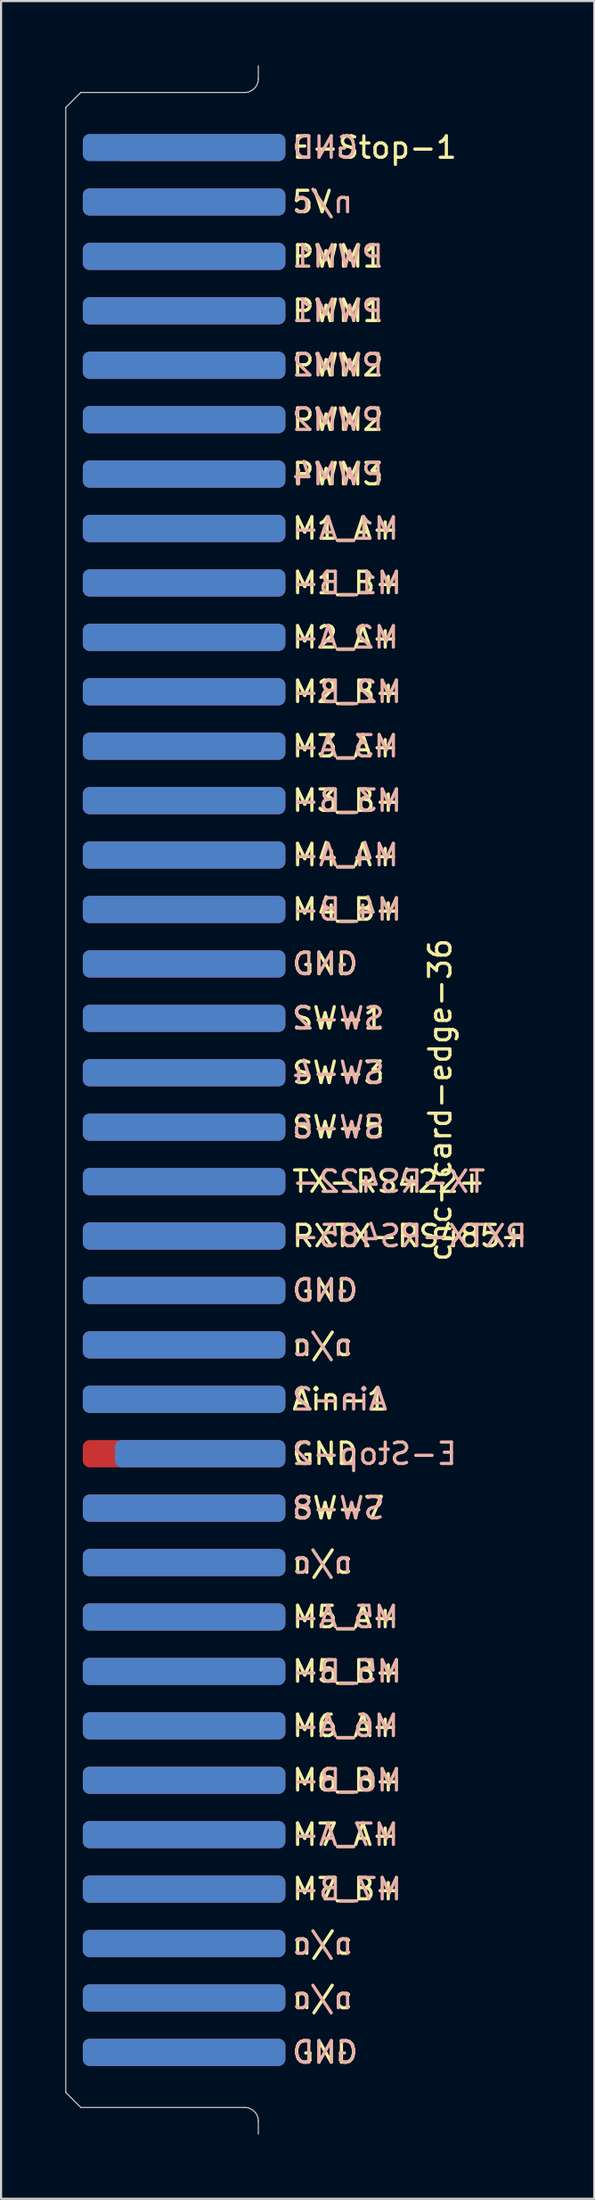
<source format=kicad_pcb>
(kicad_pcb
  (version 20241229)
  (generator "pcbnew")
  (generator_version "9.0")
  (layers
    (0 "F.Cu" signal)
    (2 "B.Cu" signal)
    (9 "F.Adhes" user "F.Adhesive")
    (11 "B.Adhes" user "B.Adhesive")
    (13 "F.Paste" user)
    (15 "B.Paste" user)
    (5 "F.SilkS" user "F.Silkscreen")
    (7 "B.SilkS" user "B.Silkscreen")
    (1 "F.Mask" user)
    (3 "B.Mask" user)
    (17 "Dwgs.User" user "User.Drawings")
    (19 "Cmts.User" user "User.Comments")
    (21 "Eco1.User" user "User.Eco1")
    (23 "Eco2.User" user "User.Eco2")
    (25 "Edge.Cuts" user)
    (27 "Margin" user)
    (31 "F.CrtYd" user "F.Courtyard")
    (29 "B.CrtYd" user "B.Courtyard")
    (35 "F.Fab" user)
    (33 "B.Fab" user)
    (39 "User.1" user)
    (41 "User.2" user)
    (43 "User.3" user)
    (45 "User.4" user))
  (footprint "cnc-card-edge-36"
    (layer "F.Cu")
    (at 9.025 48.285)
    (property "Reference" "cnc-card-edge-36" (at 8.5 0 270) (layer "F.SilkS") (effects (font (size 1 1) (thickness 0.15))))
    (attr through_hole)
    (fp_line (start -9 -46.32) (end -9 46.32) (stroke (width 0.05) (type solid)) (layer "Edge.Cuts"))
    (fp_line (start -9 46.32) (end -8.3 47.02) (stroke (width 0.05) (type solid)) (layer "Edge.Cuts"))
    (fp_line (start -8.3 -47.02) (end -9 -46.32) (stroke (width 0.05) (type solid)) (layer "Edge.Cuts"))
    (fp_line (start -8.3 47.02) (end -0.63 47.02) (stroke (width 0.05) (type solid)) (layer "Edge.Cuts"))
    (fp_line (start -0.63 -47.02) (end -8.3 -47.02) (stroke (width 0.05) (type solid)) (layer "Edge.Cuts"))
    (fp_line (start 0 -48.26) (end 0 -47.65) (stroke (width 0.05) (type solid)) (layer "Edge.Cuts"))
    (fp_line (start 0 47.655) (end 0 48.26) (stroke (width 0.05) (type solid)) (layer "Edge.Cuts"))
    (fp_arc (start -0.635 47.02) (mid -0.185988 47.205987) (end -0.000001 47.654999) (stroke (width 0.05) (type solid)) (layer "Edge.Cuts"))
    (fp_arc (start -0.000001 -47.654999) (mid -0.185988 -47.205987) (end -0.635 -47.02) (stroke (width 0.05) (type solid)) (layer "Edge.Cuts"))
    (fp_text user "SW-5" (at 1.5 1.27 0) (layer "F.SilkS") (effects (font (size 1 1) (thickness 0.15)) (justify left)))
    (fp_text user "SW-7" (at 1.5 19.05 0) (layer "F.SilkS") (effects (font (size 1 1) (thickness 0.15)) (justify left)))
    (fp_text user "M3_B+" (at 1.5 -13.97 0) (layer "F.SilkS") (effects (font (size 1 1) (thickness 0.15)) (justify left)))
    (fp_text user "SW-1" (at 1.5 -3.81 0) (layer "F.SilkS") (effects (font (size 1 1) (thickness 0.15)) (justify left)))
    (fp_text user "GND" (at 1.5 16.51 0) (layer "F.SilkS") (effects (font (size 1 1) (thickness 0.15)) (justify left)))
    (fp_text user "n/c" (at 1.5 11.43 0) (layer "F.SilkS") (effects (font (size 1 1) (thickness 0.15)) (justify left)))
    (fp_text user "E-Stop-1" (at 1.5 -44.45 0) (layer "F.SilkS") (effects (font (size 1 1) (thickness 0.15)) (justify left)))
    (fp_text user "M7_B+" (at 1.5 36.83 0) (layer "F.SilkS") (effects (font (size 1 1) (thickness 0.15)) (justify left)))
    (fp_text user "M6_A+" (at 1.5 29.21 0) (layer "F.SilkS") (effects (font (size 1 1) (thickness 0.15)) (justify left)))
    (fp_text user "M6_B+" (at 1.5 31.75 0) (layer "F.SilkS") (effects (font (size 1 1) (thickness 0.15)) (justify left)))
    (fp_text user "M2_A+" (at 1.5 -21.59 0) (layer "F.SilkS") (effects (font (size 1 1) (thickness 0.15)) (justify left)))
    (fp_text user "M2_B+" (at 1.5 -19.05 0) (layer "F.SilkS") (effects (font (size 1 1) (thickness 0.15)) (justify left)))
    (fp_text user "PWM1" (at 1.5 -39.37 0) (layer "F.SilkS") (effects (font (size 1 1) (thickness 0.15)) (justify left)))
    (fp_text user "M3_A+" (at 1.5 -16.51 0) (layer "F.SilkS") (effects (font (size 1 1) (thickness 0.15)) (justify left)))
    (fp_text user "M7_A+" (at 1.5 34.29 0) (layer "F.SilkS") (effects (font (size 1 1) (thickness 0.15)) (justify left)))
    (fp_text user "TX-RS422+" (at 1.5 3.81 0) (layer "F.SilkS") (effects (font (size 1 1) (thickness 0.15)) (justify left)))
    (fp_text user "Ain-1" (at 1.5 13.97 0) (layer "F.SilkS") (effects (font (size 1 1) (thickness 0.15)) (justify left)))
    (fp_text user "PWM3" (at 1.5 -29.21 0) (layer "F.SilkS") (effects (font (size 1 1) (thickness 0.15)) (justify left)))
    (fp_text user "PWM2" (at 1.5 -34.29 0) (layer "F.SilkS") (effects (font (size 1 1) (thickness 0.15)) (justify left)))
    (fp_text user "RXTX-RS485+" (at 1.5 6.35 0) (layer "F.SilkS") (effects (font (size 1 1) (thickness 0.15)) (justify left)))
    (fp_text user "PWM1" (at 1.5 -36.83 0) (layer "F.SilkS") (effects (font (size 1 1) (thickness 0.15)) (justify left)))
    (fp_text user "n/c" (at 1.5 41.91 0) (layer "F.SilkS") (effects (font (size 1 1) (thickness 0.15)) (justify left)))
    (fp_text user "SW-3" (at 1.5 -1.27 0) (layer "F.SilkS") (effects (font (size 1 1) (thickness 0.15)) (justify left)))
    (fp_text user "M4_A+" (at 1.5 -11.43 0) (layer "F.SilkS") (effects (font (size 1 1) (thickness 0.15)) (justify left)))
    (fp_text user "GND" (at 1.5 8.89 0) (layer "F.SilkS") (effects (font (size 1 1) (thickness 0.15)) (justify left)))
    (fp_text user "M1_A+" (at 1.5 -26.67 0) (layer "F.SilkS") (effects (font (size 1 1) (thickness 0.15)) (justify left)))
    (fp_text user "GND" (at 1.5 -6.35 0) (layer "F.SilkS") (effects (font (size 1 1) (thickness 0.15)) (justify left)))
    (fp_text user "PWM2" (at 1.5 -31.75 0) (layer "F.SilkS") (effects (font (size 1 1) (thickness 0.15)) (justify left)))
    (fp_text user "n/c" (at 1.5 39.37 0) (layer "F.SilkS") (effects (font (size 1 1) (thickness 0.15)) (justify left)))
    (fp_text user "M1_B+" (at 1.5 -24.13 0) (layer "F.SilkS") (effects (font (size 1 1) (thickness 0.15)) (justify left)))
    (fp_text user "M5_A+" (at 1.5 24.13 0) (layer "F.SilkS") (effects (font (size 1 1) (thickness 0.15)) (justify left)))
    (fp_text user "5V" (at 1.5 -41.91 0) (layer "F.SilkS") (effects (font (size 1 1) (thickness 0.15)) (justify left)))
    (fp_text user "GND" (at 1.5 44.45 0) (layer "F.SilkS") (effects (font (size 1 1) (thickness 0.15)) (justify left)))
    (fp_text user "M4_B+" (at 1.5 -8.89 0) (layer "F.SilkS") (effects (font (size 1 1) (thickness 0.15)) (justify left)))
    (fp_text user "n/c" (at 1.5 21.59 0) (layer "F.SilkS") (effects (font (size 1 1) (thickness 0.15)) (justify left)))
    (fp_text user "M5_B+" (at 1.5 26.67 0) (layer "F.SilkS") (effects (font (size 1 1) (thickness 0.15)) (justify left)))
    (fp_text user "M6_A-" (at 1.5 29.21 0) (layer "B.SilkS") (effects (font (size 1 1) (thickness 0.15)) (justify right mirror)))
    (fp_text user "M5_B-" (at 1.5 26.67 0) (layer "B.SilkS") (effects (font (size 1 1) (thickness 0.15)) (justify right mirror)))
    (fp_text user "M3_A-" (at 1.5 -16.51 0) (layer "B.SilkS") (effects (font (size 1 1) (thickness 0.15)) (justify right mirror)))
    (fp_text user "SW-8" (at 1.5 19.05 0) (layer "B.SilkS") (effects (font (size 1 1) (thickness 0.15)) (justify right mirror)))
    (fp_text user "TX-RS422-" (at 1.5 3.81 0) (layer "B.SilkS") (effects (font (size 1 1) (thickness 0.15)) (justify right mirror)))
    (fp_text user "PWM1" (at 1.5 -39.37 0) (layer "B.SilkS") (effects (font (size 1 1) (thickness 0.15)) (justify right mirror)))
    (fp_text user "GND" (at 1.5 8.89 0) (layer "B.SilkS") (effects (font (size 1 1) (thickness 0.15)) (justify right mirror)))
    (fp_text user "n/c" (at 1.5 41.91 0) (layer "B.SilkS") (effects (font (size 1 1) (thickness 0.15)) (justify right mirror)))
    (fp_text user "M1_A-" (at 1.5 -26.67 0) (layer "B.SilkS") (effects (font (size 1 1) (thickness 0.15)) (justify right mirror)))
    (fp_text user "PWM1" (at 1.5 -36.83 0) (layer "B.SilkS") (effects (font (size 1 1) (thickness 0.15)) (justify right mirror)))
    (fp_text user "SW-4" (at 1.5 -1.27 0) (layer "B.SilkS") (effects (font (size 1 1) (thickness 0.15)) (justify right mirror)))
    (fp_text user "SW-2" (at 1.5 -3.81 0) (layer "B.SilkS") (effects (font (size 1 1) (thickness 0.15)) (justify right mirror)))
    (fp_text user "PWM2" (at 1.5 -34.29 0) (layer "B.SilkS") (effects (font (size 1 1) (thickness 0.15)) (justify right mirror)))
    (fp_text user "M1_B-" (at 1.5 -24.13 0) (layer "B.SilkS") (effects (font (size 1 1) (thickness 0.15)) (justify right mirror)))
    (fp_text user "GND" (at 1.5 -44.45 0) (layer "B.SilkS") (effects (font (size 1 1) (thickness 0.15)) (justify right mirror)))
    (fp_text user "n/c" (at 1.5 11.43 0) (layer "B.SilkS") (effects (font (size 1 1) (thickness 0.15)) (justify right mirror)))
    (fp_text user "SW-6" (at 1.5 1.27 0) (layer "B.SilkS") (effects (font (size 1 1) (thickness 0.15)) (justify right mirror)))
    (fp_text user "M2_B-" (at 1.5 -19.05 0) (layer "B.SilkS") (effects (font (size 1 1) (thickness 0.15)) (justify right mirror)))
    (fp_text user "GND" (at 1.5 44.45 0) (layer "B.SilkS") (effects (font (size 1 1) (thickness 0.15)) (justify right mirror)))
    (fp_text user "M7_A-" (at 1.5 34.29 0) (layer "B.SilkS") (effects (font (size 1 1) (thickness 0.15)) (justify right mirror)))
    (fp_text user "M2_A-" (at 1.5 -21.59 0) (layer "B.SilkS") (effects (font (size 1 1) (thickness 0.15)) (justify right mirror)))
    (fp_text user "GND" (at 1.5 -6.35 0) (layer "B.SilkS") (effects (font (size 1 1) (thickness 0.15)) (justify right mirror)))
    (fp_text user "PWM2" (at 1.5 -31.75 0) (layer "B.SilkS") (effects (font (size 1 1) (thickness 0.15)) (justify right mirror)))
    (fp_text user "E-Stop-2" (at 1.5 16.51 0) (layer "B.SilkS") (effects (font (size 1 1) (thickness 0.15)) (justify right mirror)))
    (fp_text user "Ain-2" (at 1.5 13.97 0) (layer "B.SilkS") (effects (font (size 1 1) (thickness 0.15)) (justify right mirror)))
    (fp_text user "M4_B-" (at 1.5 -8.89 0) (layer "B.SilkS") (effects (font (size 1 1) (thickness 0.15)) (justify right mirror)))
    (fp_text user "M6_B-" (at 1.5 31.75 0) (layer "B.SilkS") (effects (font (size 1 1) (thickness 0.15)) (justify right mirror)))
    (fp_text user "n/c" (at 1.5 -41.91 0) (layer "B.SilkS") (effects (font (size 1 1) (thickness 0.15)) (justify right mirror)))
    (fp_text user "M5_A-" (at 1.5 24.13 0) (layer "B.SilkS") (effects (font (size 1 1) (thickness 0.15)) (justify right mirror)))
    (fp_text user "n/c" (at 1.5 39.37 0) (layer "B.SilkS") (effects (font (size 1 1) (thickness 0.15)) (justify right mirror)))
    (fp_text user "M4_A-" (at 1.5 -11.43 0) (layer "B.SilkS") (effects (font (size 1 1) (thickness 0.15)) (justify right mirror)))
    (fp_text user "PWM4" (at 1.5 -29.21 0) (layer "B.SilkS") (effects (font (size 1 1) (thickness 0.15)) (justify right mirror)))
    (fp_text user "M3_B-" (at 1.5 -13.97 0) (layer "B.SilkS") (effects (font (size 1 1) (thickness 0.15)) (justify right mirror)))
    (fp_text user "RXTX-RS485-" (at 1.5 6.35 0) (layer "B.SilkS") (effects (font (size 1 1) (thickness 0.15)) (justify right mirror)))
    (fp_text user "n/c" (at 1.5 21.59 0) (layer "B.SilkS") (effects (font (size 1 1) (thickness 0.15)) (justify right mirror)))
    (fp_text user "M7_B-" (at 1.5 36.83 0) (layer "B.SilkS") (effects (font (size 1 1) (thickness 0.15)) (justify right mirror)))
    (pad "1" smd roundrect (at 1.15 -44.45) (size 7.97 1.27) (drill (offset -3.87 0)) (layers "F.Cu" "F.Mask") (roundrect_rratio 0.25))
    (pad "2" smd roundrect (at 0.4 -44.45) (size 9.47 1.27) (drill (offset -3.87 0)) (layers "B.Cu" "B.Mask") (roundrect_rratio 0.25))
    (pad "3" smd roundrect (at 0.4 -41.91) (size 9.47 1.27) (drill (offset -3.87 0)) (layers "F.Cu" "F.Mask") (roundrect_rratio 0.25))
    (pad "4" smd roundrect (at 0.4 -41.91) (size 9.47 1.27) (drill (offset -3.87 0)) (layers "B.Cu" "B.Mask") (roundrect_rratio 0.25))
    (pad "5" smd roundrect (at 0.4 -39.37) (size 9.47 1.27) (drill (offset -3.87 0)) (layers "F.Cu" "F.Mask") (roundrect_rratio 0.25))
    (pad "6" smd roundrect (at 0.4 -39.37) (size 9.47 1.27) (drill (offset -3.87 0)) (layers "B.Cu" "B.Mask") (roundrect_rratio 0.25))
    (pad "7" smd roundrect (at 0.4 -36.83) (size 9.47 1.27) (drill (offset -3.87 0)) (layers "F.Cu" "F.Mask") (roundrect_rratio 0.25))
    (pad "8" smd roundrect (at 0.4 -36.83) (size 9.47 1.27) (drill (offset -3.87 0)) (layers "B.Cu" "B.Mask") (roundrect_rratio 0.25))
    (pad "9" smd roundrect (at 0.4 -34.29) (size 9.47 1.27) (drill (offset -3.87 0)) (layers "F.Cu" "F.Mask") (roundrect_rratio 0.25))
    (pad "10" smd roundrect (at 0.4 -34.29) (size 9.47 1.27) (drill (offset -3.87 0)) (layers "B.Cu" "B.Mask") (roundrect_rratio 0.25))
    (pad "11" smd roundrect (at 0.4 -31.75) (size 9.47 1.27) (drill (offset -3.87 0)) (layers "F.Cu" "F.Mask") (roundrect_rratio 0.25))
    (pad "12" smd roundrect (at 0.4 -31.75) (size 9.47 1.27) (drill (offset -3.87 0)) (layers "B.Cu" "B.Mask") (roundrect_rratio 0.25))
    (pad "13" smd roundrect (at 0.4 -29.21) (size 9.47 1.27) (drill (offset -3.87 0)) (layers "F.Cu" "F.Mask") (roundrect_rratio 0.25))
    (pad "14" smd roundrect (at 0.4 -29.21) (size 9.47 1.27) (drill (offset -3.87 0)) (layers "B.Cu" "B.Mask") (roundrect_rratio 0.25))
    (pad "15" smd roundrect (at 0.4 -26.67) (size 9.47 1.27) (drill (offset -3.87 0)) (layers "F.Cu" "F.Mask") (roundrect_rratio 0.25))
    (pad "16" smd roundrect (at 0.4 -26.67) (size 9.47 1.27) (drill (offset -3.87 0)) (layers "B.Cu" "B.Mask") (roundrect_rratio 0.25))
    (pad "17" smd roundrect (at 0.4 -24.13) (size 9.47 1.27) (drill (offset -3.87 0)) (layers "F.Cu" "F.Mask") (roundrect_rratio 0.25))
    (pad "18" smd roundrect (at 0.4 -24.13) (size 9.47 1.27) (drill (offset -3.87 0)) (layers "B.Cu" "B.Mask") (roundrect_rratio 0.25))
    (pad "19" smd roundrect (at 0.4 -21.59) (size 9.47 1.27) (drill (offset -3.87 0)) (layers "F.Cu" "F.Mask") (roundrect_rratio 0.25))
    (pad "20" smd roundrect (at 0.4 -21.59) (size 9.47 1.27) (drill (offset -3.87 0)) (layers "B.Cu" "B.Mask") (roundrect_rratio 0.25))
    (pad "21" smd roundrect (at 0.4 -19.05) (size 9.47 1.27) (drill (offset -3.87 0)) (layers "F.Cu" "F.Mask") (roundrect_rratio 0.25))
    (pad "22" smd roundrect (at 0.4 -19.05) (size 9.47 1.27) (drill (offset -3.87 0)) (layers "B.Cu" "B.Mask") (roundrect_rratio 0.25))
    (pad "23" smd roundrect (at 0.4 -16.51) (size 9.47 1.27) (drill (offset -3.87 0)) (layers "F.Cu" "F.Mask") (roundrect_rratio 0.25))
    (pad "24" smd roundrect (at 0.4 -16.51) (size 9.47 1.27) (drill (offset -3.87 0)) (layers "B.Cu" "B.Mask") (roundrect_rratio 0.25))
    (pad "25" smd roundrect (at 0.4 -13.97) (size 9.47 1.27) (drill (offset -3.87 0)) (layers "F.Cu" "F.Mask") (roundrect_rratio 0.25))
    (pad "26" smd roundrect (at 0.4 -13.97) (size 9.47 1.27) (drill (offset -3.87 0)) (layers "B.Cu" "B.Mask") (roundrect_rratio 0.25))
    (pad "27" smd roundrect (at 0.4 -11.43) (size 9.47 1.27) (drill (offset -3.87 0)) (layers "F.Cu" "F.Mask") (roundrect_rratio 0.25))
    (pad "28" smd roundrect (at 0.4 -11.43) (size 9.47 1.27) (drill (offset -3.87 0)) (layers "B.Cu" "B.Mask") (roundrect_rratio 0.25))
    (pad "29" smd roundrect (at 0.4 -8.89) (size 9.47 1.27) (drill (offset -3.87 0)) (layers "F.Cu" "F.Mask") (roundrect_rratio 0.25))
    (pad "30" smd roundrect (at 0.4 -8.89) (size 9.47 1.27) (drill (offset -3.87 0)) (layers "B.Cu" "B.Mask") (roundrect_rratio 0.25))
    (pad "31" smd roundrect (at 0.4 -6.35) (size 9.47 1.27) (drill (offset -3.87 0)) (layers "F.Cu" "F.Mask") (roundrect_rratio 0.25))
    (pad "32" smd roundrect (at 0.4 -6.35) (size 9.47 1.27) (drill (offset -3.87 0)) (layers "B.Cu" "B.Mask") (roundrect_rratio 0.25))
    (pad "33" smd roundrect (at 0.4 -3.81) (size 9.47 1.27) (drill (offset -3.87 0)) (layers "F.Cu" "F.Mask") (roundrect_rratio 0.25))
    (pad "34" smd roundrect (at 0.4 -3.81) (size 9.47 1.27) (drill (offset -3.87 0)) (layers "B.Cu" "B.Mask") (roundrect_rratio 0.25))
    (pad "35" smd roundrect (at 0.4 -1.27) (size 9.47 1.27) (drill (offset -3.87 0)) (layers "F.Cu" "F.Mask") (roundrect_rratio 0.25))
    (pad "36" smd roundrect (at 0.4 -1.27) (size 9.47 1.27) (drill (offset -3.87 0)) (layers "B.Cu" "B.Mask") (roundrect_rratio 0.25))
    (pad "37" smd roundrect (at 0.4 1.27) (size 9.47 1.27) (drill (offset -3.87 0)) (layers "F.Cu" "F.Mask") (roundrect_rratio 0.25))
    (pad "38" smd roundrect (at 0.4 1.27) (size 9.47 1.27) (drill (offset -3.87 0)) (layers "B.Cu" "B.Mask") (roundrect_rratio 0.25))
    (pad "39" smd roundrect (at 0.4 3.81) (size 9.47 1.27) (drill (offset -3.87 0)) (layers "F.Cu" "F.Mask") (roundrect_rratio 0.25))
    (pad "40" smd roundrect (at 0.4 3.81) (size 9.47 1.27) (drill (offset -3.87 0)) (layers "B.Cu" "B.Mask") (roundrect_rratio 0.25))
    (pad "41" smd roundrect (at 0.4 6.35) (size 9.47 1.27) (drill (offset -3.87 0)) (layers "F.Cu" "F.Mask") (roundrect_rratio 0.25))
    (pad "42" smd roundrect (at 0.4 6.35) (size 9.47 1.27) (drill (offset -3.87 0)) (layers "B.Cu" "B.Mask") (roundrect_rratio 0.25))
    (pad "43" smd roundrect (at 0.4 8.89) (size 9.47 1.27) (drill (offset -3.87 0)) (layers "F.Cu" "F.Mask") (roundrect_rratio 0.25))
    (pad "44" smd roundrect (at 0.4 8.89) (size 9.47 1.27) (drill (offset -3.87 0)) (layers "B.Cu" "B.Mask") (roundrect_rratio 0.25))
    (pad "45" smd roundrect (at 0.4 11.43) (size 9.47 1.27) (drill (offset -3.87 0)) (layers "F.Cu" "F.Mask") (roundrect_rratio 0.25))
    (pad "46" smd roundrect (at 0.4 11.43) (size 9.47 1.27) (drill (offset -3.87 0)) (layers "B.Cu" "B.Mask") (roundrect_rratio 0.25))
    (pad "47" smd roundrect (at 0.4 13.97) (size 9.47 1.27) (drill (offset -3.87 0)) (layers "F.Cu" "F.Mask") (roundrect_rratio 0.25))
    (pad "48" smd roundrect (at 0.4 13.97) (size 9.47 1.27) (drill (offset -3.87 0)) (layers "B.Cu" "B.Mask") (roundrect_rratio 0.25))
    (pad "49" smd roundrect (at 0.4 16.51) (size 9.47 1.27) (drill (offset -3.87 0)) (layers "F.Cu" "F.Mask") (roundrect_rratio 0.25))
    (pad "50" smd roundrect (at 1.15 16.51) (size 7.97 1.27) (drill (offset -3.87 0)) (layers "B.Cu" "B.Mask") (roundrect_rratio 0.25))
    (pad "51" smd roundrect (at 0.4 19.05) (size 9.47 1.27) (drill (offset -3.87 0)) (layers "F.Cu" "F.Mask") (roundrect_rratio 0.25))
    (pad "52" smd roundrect (at 0.4 19.05) (size 9.47 1.27) (drill (offset -3.87 0)) (layers "B.Cu" "B.Mask") (roundrect_rratio 0.25))
    (pad "53" smd roundrect (at 0.4 21.59) (size 9.47 1.27) (drill (offset -3.87 0)) (layers "F.Cu" "F.Mask") (roundrect_rratio 0.25))
    (pad "54" smd roundrect (at 0.4 21.59) (size 9.47 1.27) (drill (offset -3.87 0)) (layers "B.Cu" "B.Mask") (roundrect_rratio 0.25))
    (pad "55" smd roundrect (at 0.4 24.13) (size 9.47 1.27) (drill (offset -3.87 0)) (layers "F.Cu" "F.Mask") (roundrect_rratio 0.25))
    (pad "56" smd roundrect (at 0.4 24.13) (size 9.47 1.27) (drill (offset -3.87 0)) (layers "B.Cu" "B.Mask") (roundrect_rratio 0.25))
    (pad "57" smd roundrect (at 0.4 26.67) (size 9.47 1.27) (drill (offset -3.87 0)) (layers "F.Cu" "F.Mask") (roundrect_rratio 0.25))
    (pad "58" smd roundrect (at 0.4 26.67) (size 9.47 1.27) (drill (offset -3.87 0)) (layers "B.Cu" "B.Mask") (roundrect_rratio 0.25))
    (pad "59" smd roundrect (at 0.4 29.21) (size 9.47 1.27) (drill (offset -3.87 0)) (layers "F.Cu" "F.Mask") (roundrect_rratio 0.25))
    (pad "60" smd roundrect (at 0.4 29.21) (size 9.47 1.27) (drill (offset -3.87 0)) (layers "B.Cu" "B.Mask") (roundrect_rratio 0.25))
    (pad "61" smd roundrect (at 0.4 31.75) (size 9.47 1.27) (drill (offset -3.87 0)) (layers "F.Cu" "F.Mask") (roundrect_rratio 0.25))
    (pad "62" smd roundrect (at 0.4 31.75) (size 9.47 1.27) (drill (offset -3.87 0)) (layers "B.Cu" "B.Mask") (roundrect_rratio 0.25))
    (pad "63" smd roundrect (at 0.4 34.29) (size 9.47 1.27) (drill (offset -3.87 0)) (layers "F.Cu" "F.Mask") (roundrect_rratio 0.25))
    (pad "64" smd roundrect (at 0.4 34.29) (size 9.47 1.27) (drill (offset -3.87 0)) (layers "B.Cu" "B.Mask") (roundrect_rratio 0.25))
    (pad "65" smd roundrect (at 0.4 36.83) (size 9.47 1.27) (drill (offset -3.87 0)) (layers "F.Cu" "F.Mask") (roundrect_rratio 0.25))
    (pad "66" smd roundrect (at 0.4 36.83) (size 9.47 1.27) (drill (offset -3.87 0)) (layers "B.Cu" "B.Mask") (roundrect_rratio 0.25))
    (pad "67" smd roundrect (at 0.4 39.37) (size 9.47 1.27) (drill (offset -3.87 0)) (layers "F.Cu" "F.Mask") (roundrect_rratio 0.25))
    (pad "68" smd roundrect (at 0.4 39.37) (size 9.47 1.27) (drill (offset -3.87 0)) (layers "B.Cu" "B.Mask") (roundrect_rratio 0.25))
    (pad "69" smd roundrect (at 0.4 41.91) (size 9.47 1.27) (drill (offset -3.87 0)) (layers "F.Cu" "F.Mask") (roundrect_rratio 0.25))
    (pad "70" smd roundrect (at 0.4 41.91) (size 9.47 1.27) (drill (offset -3.87 0)) (layers "B.Cu" "B.Mask") (roundrect_rratio 0.25))
    (pad "71" smd roundrect (at 0.4 44.45) (size 9.47 1.27) (drill (offset -3.87 0)) (layers "F.Cu" "F.Mask") (roundrect_rratio 0.25))
    (pad "72" smd roundrect (at 0.4 44.45) (size 9.47 1.27) (drill (offset -3.87 0)) (layers "B.Cu" "B.Mask") (roundrect_rratio 0.25)))
  (gr_rect
    (start -3 -3)
    (end 24.727 99.57)
    (stroke (width 0.1) (type default))
    (fill no)
    (layer "Edge.Cuts")))
</source>
